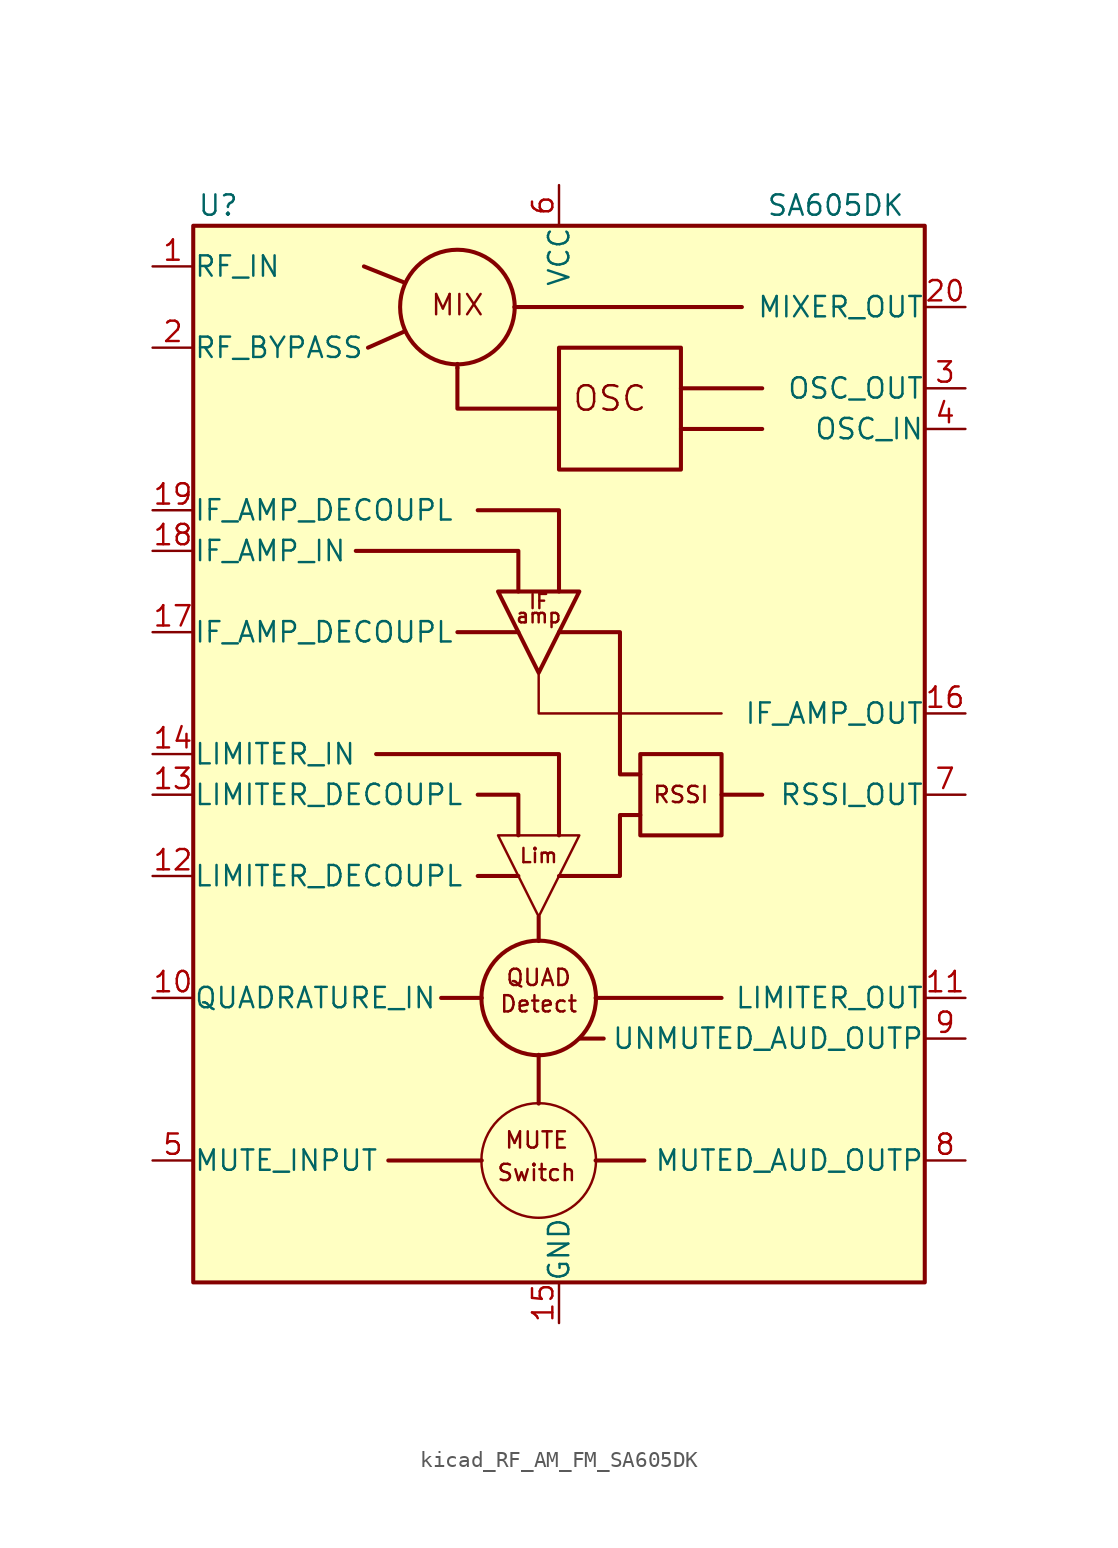
<source format=kicad_sym>
(kicad_symbol_lib
  (version 20220914)
  (generator kicad_symbol_editor)
  (symbol "kicad_RF_AM_FM_SA605DK"
    (pin_names
      (offset 0.025))
    (property "Reference" "U"
      (at -22.606 24.13 0)
      (effects (font (size 1.27 1.27)) (justify left)))
    (property "Value" "SA605DK"
      (at 12.954 24.13 0)
      (effects (font (size 1.27 1.27)) (justify left)))
    (symbol "kicad_RF_AM_FM_SA605DK_0_0"
      (circle (center -1.27 -35.56) (radius 3.581) (stroke (width 0) (type default)) (fill (type none)))
      (circle (center -1.27 -25.4) (radius 3.581) (stroke (width 0.254) (type default)) (fill (type none)))
      (polyline (pts (xy -12.192 20.32) (xy -9.652 19.304)) (stroke (width 0.254) (type default)) (fill (type none)))
      (polyline (pts (xy -11.938 15.24) (xy -9.652 16.256)) (stroke (width 0.254) (type default)) (fill (type none)))
      (polyline (pts (xy -6.35 -2.54) (xy -2.54 -2.54)) (stroke (width 0.254) (type default)) (fill (type none)))
      (polyline (pts (xy -6.35 13.97) (xy -6.35 14.224)) (stroke (width 0.254) (type default)) (fill (type none)))
      (polyline (pts (xy -4.826 -35.56) (xy -10.668 -35.56)) (stroke (width 0.254) (type default)) (fill (type none)))
      (polyline (pts (xy -4.826 -25.4) (xy -7.366 -25.4)) (stroke (width 0.254) (type default)) (fill (type none)))
      (polyline (pts (xy -2.54 -17.78) (xy -5.08 -17.78)) (stroke (width 0.254) (type default)) (fill (type none)))
      (polyline (pts (xy -2.54 17.78) (xy -2.794 17.78)) (stroke (width 0.254) (type default)) (fill (type none)))
      (polyline (pts (xy -1.27 -28.956) (xy -1.27 -32.004)) (stroke (width 0.254) (type default)) (fill (type none)))
      (polyline (pts (xy -1.27 -20.32) (xy -1.27 -21.844)) (stroke (width 0.254) (type default)) (fill (type none)))
      (polyline (pts (xy 1.27 -27.94) (xy 2.794 -27.94)) (stroke (width 0.254) (type default)) (fill (type none)))
      (polyline (pts (xy 2.286 -35.56) (xy 5.334 -35.56)) (stroke (width 0.254) (type default)) (fill (type none)))
      (polyline (pts (xy 2.286 -25.4) (xy 10.16 -25.4)) (stroke (width 0.254) (type default)) (fill (type none)))
      (polyline (pts (xy 7.62 10.16) (xy 12.7 10.16)) (stroke (width 0.254) (type default)) (fill (type none)))
      (polyline (pts (xy 10.16 -12.7) (xy 12.7 -12.7)) (stroke (width 0.254) (type default)) (fill (type none)))
      (polyline (pts (xy 11.43 17.78) (xy -2.54 17.78)) (stroke (width 0.254) (type default)) (fill (type none)))
      (polyline (pts (xy 12.7 12.7) (xy 7.62 12.7)) (stroke (width 0.254) (type default)) (fill (type none)))
      (polyline (pts (xy -12.7 2.54) (xy -2.54 2.54) (xy -2.54 0)) (stroke (width 0.254) (type default)) (fill (type none)))
      (polyline (pts (xy -11.43 -10.16) (xy 0 -10.16) (xy 0 -15.24)) (stroke (width 0.254) (type default)) (fill (type none)))
      (polyline (pts (xy -5.08 5.08) (xy 0 5.08) (xy 0 0)) (stroke (width 0.254) (type default)) (fill (type none)))
      (polyline (pts (xy -2.54 -15.24) (xy -2.54 -12.7) (xy -5.08 -12.7)) (stroke (width 0.254) (type default)) (fill (type none)))
      (polyline (pts (xy 0 11.43) (xy -6.35 11.43) (xy -6.35 13.97)) (stroke (width 0.254) (type default)) (fill (type none)))
      (polyline (pts (xy 0 -17.78) (xy 3.81 -17.78) (xy 3.81 -13.97) (xy 5.08 -13.97)) (stroke (width 0.254) (type default)) (fill (type none)))
      (polyline (pts (xy 0 -2.54) (xy 3.81 -2.54) (xy 3.81 -11.43) (xy 5.08 -11.43)) (stroke (width 0.254) (type default)) (fill (type none)))
      (polyline (pts (xy 1.27 -15.24) (xy -3.81 -15.24) (xy -1.27 -20.32) (xy 1.27 -15.24) (xy 1.27 -15.24)) (stroke (width 0) (type default)) (fill (type background)))
      (polyline (pts (xy 1.27 0) (xy -3.81 0) (xy -1.27 -5.08) (xy 1.27 0) (xy 1.27 0)) (stroke (width 0.254) (type default)) (fill (type background)))
      (text "amp" (at -1.27 -1.524 0) (effects (font (size 0.889 0.889))))
      (text "Detect" (at -1.27 -25.781 0) (effects (font (size 1.016 1.016))))
      (text "IF" (at -1.27 -0.635 0) (effects (font (size 0.889 0.889))))
      (text "Lim" (at -1.27 -16.51 0) (effects (font (size 0.889 0.889))))
      (text "MIX" (at -6.35 17.907 0) (effects (font (size 1.27 1.27))))
      (text "MUTE" (at -1.397 -34.29 0) (effects (font (size 1.016 1.016))))
      (text "OSC" (at 3.175 12.065 0) (effects (font (size 1.524 1.524))))
      (text "QUAD" (at -1.27 -24.13 0) (effects (font (size 1.016 1.016))))
      (text "RSSI" (at 7.62 -12.7 0) (effects (font (size 1.016 1.016))))
      (text "Switch" (at -1.397 -36.322 0) (effects (font (size 1.016 1.016)))))
    (symbol "kicad_RF_AM_FM_SA605DK_0_1"
      (rectangle (start -22.86 22.86) (end 22.86 -43.18) (stroke (width 0.254) (type default)) (fill (type background)))
      (circle (center -6.35 17.78) (radius 3.581) (stroke (width 0.254) (type default)) (fill (type none)))
      (polyline (pts (xy -1.27 -5.08) (xy -1.27 -7.62) (xy 10.16 -7.62)) (stroke (width 0) (type default)) (fill (type none)))
      (rectangle (start 0 15.24) (end 7.62 7.62) (stroke (width 0.254) (type default)) (fill (type none)))
      (rectangle (start 5.08 -10.16) (end 10.16 -15.24) (stroke (width 0.254) (type default)) (fill (type none))))
    (symbol "kicad_RF_AM_FM_SA605DK_1_1"
      (pin input line (at -25.4 20.32 0) (length 2.54) (name "RF_IN" (effects (font (size 1.27 1.27)))) (number "1" (effects (font (size 1.27 1.27)))))
      (pin input line (at -25.4 -25.4 0) (length 2.54) (name "QUADRATURE_IN" (effects (font (size 1.27 1.27)))) (number "10" (effects (font (size 1.27 1.27)))))
      (pin output line (at 25.4 -25.4 180) (length 2.54) (name "LIMITER_OUT" (effects (font (size 1.27 1.27)))) (number "11" (effects (font (size 1.27 1.27)))))
      (pin input line (at -25.4 -17.78 0) (length 2.54) (name "LIMITER_DECOUPL" (effects (font (size 1.27 1.27)))) (number "12" (effects (font (size 1.27 1.27)))))
      (pin input line (at -25.4 -12.7 0) (length 2.54) (name "LIMITER_DECOUPL" (effects (font (size 1.27 1.27)))) (number "13" (effects (font (size 1.27 1.27)))))
      (pin input line (at -25.4 -10.16 0) (length 2.54) (name "LIMITER_IN" (effects (font (size 1.27 1.27)))) (number "14" (effects (font (size 1.27 1.27)))))
      (pin power_in line (at 0 -45.72 90) (length 2.54) (name "GND" (effects (font (size 1.27 1.27)))) (number "15" (effects (font (size 1.27 1.27)))))
      (pin output line (at 25.4 -7.62 180) (length 2.54) (name "IF_AMP_OUT" (effects (font (size 1.27 1.27)))) (number "16" (effects (font (size 1.27 1.27)))))
      (pin input line (at -25.4 -2.54 0) (length 2.54) (name "IF_AMP_DECOUPL" (effects (font (size 1.27 1.27)))) (number "17" (effects (font (size 1.27 1.27)))))
      (pin input line (at -25.4 2.54 0) (length 2.54) (name "IF_AMP_IN" (effects (font (size 1.27 1.27)))) (number "18" (effects (font (size 1.27 1.27)))))
      (pin input line (at -25.4 5.08 0) (length 2.54) (name "IF_AMP_DECOUPL" (effects (font (size 1.27 1.27)))) (number "19" (effects (font (size 1.27 1.27)))))
      (pin input line (at -25.4 15.24 0) (length 2.54) (name "RF_BYPASS" (effects (font (size 1.27 1.27)))) (number "2" (effects (font (size 1.27 1.27)))))
      (pin output line (at 25.4 17.78 180) (length 2.54) (name "MIXER_OUT" (effects (font (size 1.27 1.27)))) (number "20" (effects (font (size 1.27 1.27)))))
      (pin output line (at 25.4 12.7 180) (length 2.54) (name "OSC_OUT" (effects (font (size 1.27 1.27)))) (number "3" (effects (font (size 1.27 1.27)))))
      (pin input line (at 25.4 10.16 180) (length 2.54) (name "OSC_IN" (effects (font (size 1.27 1.27)))) (number "4" (effects (font (size 1.27 1.27)))))
      (pin input line (at -25.4 -35.56 0) (length 2.54) (name "MUTE_INPUT" (effects (font (size 1.27 1.27)))) (number "5" (effects (font (size 1.27 1.27)))))
      (pin power_in line (at 0 25.4 270) (length 2.54) (name "VCC" (effects (font (size 1.27 1.27)))) (number "6" (effects (font (size 1.27 1.27)))))
      (pin output line (at 25.4 -12.7 180) (length 2.54) (name "RSSI_OUT" (effects (font (size 1.27 1.27)))) (number "7" (effects (font (size 1.27 1.27)))))
      (pin output line (at 25.4 -35.56 180) (length 2.54) (name "MUTED_AUD_OUTP" (effects (font (size 1.27 1.27)))) (number "8" (effects (font (size 1.27 1.27)))))
      (pin output line (at 25.4 -27.94 180) (length 2.54) (name "UNMUTED_AUD_OUTP" (effects (font (size 1.27 1.27)))) (number "9" (effects (font (size 1.27 1.27))))))))
</source>
